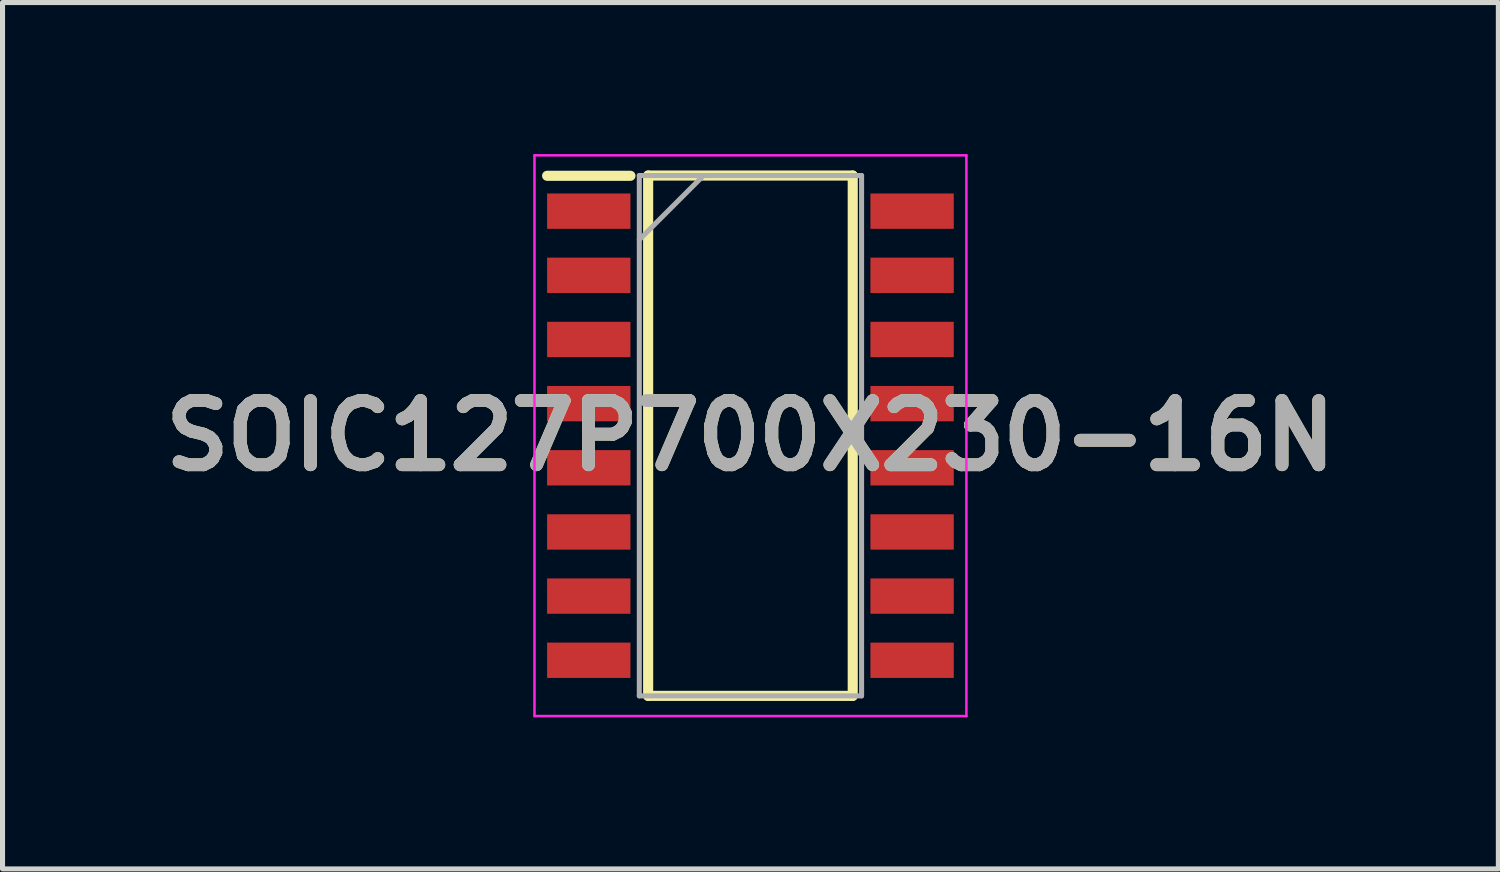
<source format=kicad_pcb>
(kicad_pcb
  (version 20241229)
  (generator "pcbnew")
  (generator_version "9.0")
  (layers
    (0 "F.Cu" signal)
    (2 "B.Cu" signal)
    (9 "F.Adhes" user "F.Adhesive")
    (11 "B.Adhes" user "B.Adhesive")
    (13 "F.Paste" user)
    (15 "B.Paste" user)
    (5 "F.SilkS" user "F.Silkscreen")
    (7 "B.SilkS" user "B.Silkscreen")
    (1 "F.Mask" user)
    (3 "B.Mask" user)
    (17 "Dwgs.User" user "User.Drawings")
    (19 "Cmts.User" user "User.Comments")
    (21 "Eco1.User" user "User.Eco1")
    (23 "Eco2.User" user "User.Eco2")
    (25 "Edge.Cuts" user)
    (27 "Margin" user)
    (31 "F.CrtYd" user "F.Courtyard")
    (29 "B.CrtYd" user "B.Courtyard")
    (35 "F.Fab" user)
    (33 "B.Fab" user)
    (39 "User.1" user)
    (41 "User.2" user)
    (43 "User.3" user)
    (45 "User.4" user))
  (footprint "SOIC127P700X230-16N"
    (layer "F.Cu")
    (at 11.805 5.575)
    (property "Reference" "SOIC127P700X230-16N" (at 0 0 0) (layer "F.SilkS") (effects (font (size 1.27 1.27) (thickness 0.254))))
    (attr smd)
    (fp_line (start -4.025 -5.145) (end -2.375 -5.145) (stroke (width 0.2) (type solid)) (layer "F.SilkS"))
    (fp_line (start -2.025 -5.15) (end 2.025 -5.15) (stroke (width 0.2) (type solid)) (layer "F.SilkS"))
    (fp_line (start -2.025 5.15) (end -2.025 -5.15) (stroke (width 0.2) (type solid)) (layer "F.SilkS"))
    (fp_line (start 2.025 -5.15) (end 2.025 5.15) (stroke (width 0.2) (type solid)) (layer "F.SilkS"))
    (fp_line (start 2.025 5.15) (end -2.025 5.15) (stroke (width 0.2) (type solid)) (layer "F.SilkS"))
    (fp_line (start -4.275 -5.55) (end 4.275 -5.55) (stroke (width 0.05) (type solid)) (layer "F.CrtYd"))
    (fp_line (start -4.275 5.55) (end -4.275 -5.55) (stroke (width 0.05) (type solid)) (layer "F.CrtYd"))
    (fp_line (start 4.275 -5.55) (end 4.275 5.55) (stroke (width 0.05) (type solid)) (layer "F.CrtYd"))
    (fp_line (start 4.275 5.55) (end -4.275 5.55) (stroke (width 0.05) (type solid)) (layer "F.CrtYd"))
    (fp_line (start -2.2 -5.15) (end 2.2 -5.15) (stroke (width 0.1) (type solid)) (layer "F.Fab"))
    (fp_line (start -2.2 -3.88) (end -0.93 -5.15) (stroke (width 0.1) (type solid)) (layer "F.Fab"))
    (fp_line (start -2.2 5.15) (end -2.2 -5.15) (stroke (width 0.1) (type solid)) (layer "F.Fab"))
    (fp_line (start 2.2 -5.15) (end 2.2 5.15) (stroke (width 0.1) (type solid)) (layer "F.Fab"))
    (fp_line (start 2.2 5.15) (end -2.2 5.15) (stroke (width 0.1) (type solid)) (layer "F.Fab"))
    (fp_text user "${REFERENCE}" (at 0 0 0) (layer "F.Fab") (effects (font (size 1.27 1.27) (thickness 0.254))))
    (pad "1" smd rect (at -3.2 -4.445 90) (size 0.7 1.65) (layers "F.Cu" "F.Mask" "F.Paste"))
    (pad "2" smd rect (at -3.2 -3.175 90) (size 0.7 1.65) (layers "F.Cu" "F.Mask" "F.Paste"))
    (pad "3" smd rect (at -3.2 -1.905 90) (size 0.7 1.65) (layers "F.Cu" "F.Mask" "F.Paste"))
    (pad "4" smd rect (at -3.2 -0.635 90) (size 0.7 1.65) (layers "F.Cu" "F.Mask" "F.Paste"))
    (pad "5" smd rect (at -3.2 0.635 90) (size 0.7 1.65) (layers "F.Cu" "F.Mask" "F.Paste"))
    (pad "6" smd rect (at -3.2 1.905 90) (size 0.7 1.65) (layers "F.Cu" "F.Mask" "F.Paste"))
    (pad "7" smd rect (at -3.2 3.175 90) (size 0.7 1.65) (layers "F.Cu" "F.Mask" "F.Paste"))
    (pad "8" smd rect (at -3.2 4.445 90) (size 0.7 1.65) (layers "F.Cu" "F.Mask" "F.Paste"))
    (pad "9" smd rect (at 3.2 4.445 90) (size 0.7 1.65) (layers "F.Cu" "F.Mask" "F.Paste"))
    (pad "10" smd rect (at 3.2 3.175 90) (size 0.7 1.65) (layers "F.Cu" "F.Mask" "F.Paste"))
    (pad "11" smd rect (at 3.2 1.905 90) (size 0.7 1.65) (layers "F.Cu" "F.Mask" "F.Paste"))
    (pad "12" smd rect (at 3.2 0.635 90) (size 0.7 1.65) (layers "F.Cu" "F.Mask" "F.Paste"))
    (pad "13" smd rect (at 3.2 -0.635 90) (size 0.7 1.65) (layers "F.Cu" "F.Mask" "F.Paste"))
    (pad "14" smd rect (at 3.2 -1.905 90) (size 0.7 1.65) (layers "F.Cu" "F.Mask" "F.Paste"))
    (pad "15" smd rect (at 3.2 -3.175 90) (size 0.7 1.65) (layers "F.Cu" "F.Mask" "F.Paste"))
    (pad "16" smd rect (at 3.2 -4.445 90) (size 0.7 1.65) (layers "F.Cu" "F.Mask" "F.Paste")))
  (gr_rect
    (start -3 -3)
    (end 26.61 14.15)
    (stroke (width 0.1) (type default))
    (fill no)
    (layer "Edge.Cuts")))
</source>
